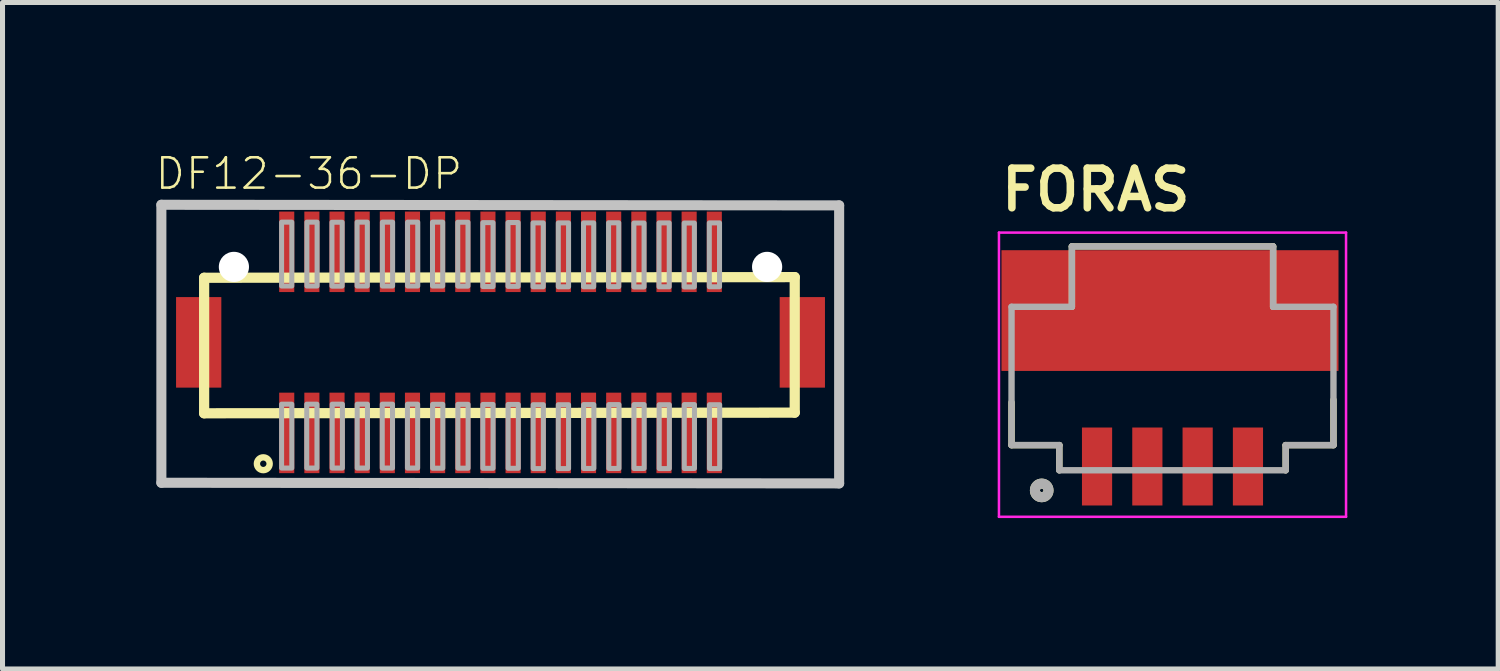
<source format=kicad_pcb>
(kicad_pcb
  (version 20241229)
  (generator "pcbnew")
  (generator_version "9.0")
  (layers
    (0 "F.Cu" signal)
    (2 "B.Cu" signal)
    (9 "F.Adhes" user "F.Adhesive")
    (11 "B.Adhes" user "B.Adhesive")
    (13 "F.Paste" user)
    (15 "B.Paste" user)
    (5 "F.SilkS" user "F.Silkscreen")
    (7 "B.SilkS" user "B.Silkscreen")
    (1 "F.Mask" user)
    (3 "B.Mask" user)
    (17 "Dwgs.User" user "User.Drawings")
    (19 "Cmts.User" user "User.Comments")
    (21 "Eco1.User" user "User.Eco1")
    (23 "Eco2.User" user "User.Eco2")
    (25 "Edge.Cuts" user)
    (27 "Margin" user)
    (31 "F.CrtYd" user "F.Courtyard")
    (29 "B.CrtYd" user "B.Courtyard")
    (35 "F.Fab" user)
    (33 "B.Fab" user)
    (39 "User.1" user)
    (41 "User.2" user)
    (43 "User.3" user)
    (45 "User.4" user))
  (footprint "DF12-36-DP"
    (layer "F.Cu")
    (at 6.9 3.756)
    (property "Reference" "DF12-36-DP" (at -6.9 -3 0) (layer "F.SilkS") (effects (font (size 0.603 0.603) (thickness 0.051)) (justify left bottom)))
    (attr through_hole)
    (fp_poly (pts (xy -6.063 -1.499) (xy -6.037 -1.301) (xy -5.961 -1.118) (xy -5.839 -0.96) (xy -5.682 -0.839) (xy -5.301 -0.737) (xy -5.103 -0.763) (xy -4.92 -0.839) (xy -4.762 -0.96) (xy -4.641 -1.118) (xy -4.565 -1.301) (xy -4.539 -1.499) (xy -4.565 -1.696) (xy -4.641 -1.88) (xy -4.762 -2.037) (xy -4.92 -2.159) (xy -5.103 -2.235) (xy -5.301 -2.261) (xy -5.498 -2.235) (xy -5.682 -2.159) (xy -5.839 -2.037) (xy -5.961 -1.88) (xy -6.037 -1.696)) (stroke (width 0) (type solid)) (fill yes) (layer "F.Mask"))
    (fp_poly (pts (xy 4.539 -1.499) (xy 4.565 -1.301) (xy 4.641 -1.118) (xy 4.762 -0.96) (xy 4.92 -0.839) (xy 5.301 -0.737) (xy 5.498 -0.763) (xy 5.682 -0.839) (xy 5.839 -0.96) (xy 5.961 -1.118) (xy 6.037 -1.301) (xy 6.063 -1.499) (xy 6.037 -1.696) (xy 5.961 -1.88) (xy 5.839 -2.037) (xy 5.682 -2.159) (xy 5.498 -2.235) (xy 5.301 -2.261) (xy 5.103 -2.235) (xy 4.92 -2.159) (xy 4.762 -2.037) (xy 4.641 -1.88) (xy 4.565 -1.696)) (stroke (width 0) (type solid)) (fill yes) (layer "F.Mask"))
    (fp_line (start -5.892 -1.284) (end 5.849 -1.297) (stroke (width 0.203) (type solid)) (layer "F.SilkS"))
    (fp_line (start -5.892 1.41) (end -5.892 -1.284) (stroke (width 0.203) (type solid)) (layer "F.SilkS"))
    (fp_line (start 5.849 -1.297) (end 5.849 1.397) (stroke (width 0.203) (type solid)) (layer "F.SilkS"))
    (fp_line (start 5.849 1.397) (end -5.892 1.41) (stroke (width 0.203) (type solid)) (layer "F.SilkS"))
    (fp_circle (center -4.716 2.413) (end -4.589 2.413) (stroke (width 0.127) (type solid)) (fill no) (layer "F.SilkS"))
    (fp_poly (pts (xy -4.362 -1.207) (xy -4.142 -1.207) (xy -4.142 -2.507) (xy -4.362 -2.507)) (stroke (width 0) (type solid)) (fill yes) (layer "F.Paste"))
    (fp_poly (pts (xy -4.362 2.503) (xy -4.142 2.503) (xy -4.142 1.203) (xy -4.362 1.203)) (stroke (width 0) (type solid)) (fill yes) (layer "F.Paste"))
    (fp_poly (pts (xy -3.862 -1.207) (xy -3.642 -1.207) (xy -3.642 -2.507) (xy -3.862 -2.507)) (stroke (width 0) (type solid)) (fill yes) (layer "F.Paste"))
    (fp_poly (pts (xy -3.862 2.503) (xy -3.642 2.503) (xy -3.642 1.203) (xy -3.862 1.203)) (stroke (width 0) (type solid)) (fill yes) (layer "F.Paste"))
    (fp_poly (pts (xy -3.362 -1.207) (xy -3.142 -1.207) (xy -3.142 -2.507) (xy -3.362 -2.507)) (stroke (width 0) (type solid)) (fill yes) (layer "F.Paste"))
    (fp_poly (pts (xy -3.362 2.503) (xy -3.142 2.503) (xy -3.142 1.203) (xy -3.362 1.203)) (stroke (width 0) (type solid)) (fill yes) (layer "F.Paste"))
    (fp_poly (pts (xy -2.862 -1.207) (xy -2.642 -1.207) (xy -2.642 -2.507) (xy -2.862 -2.507)) (stroke (width 0) (type solid)) (fill yes) (layer "F.Paste"))
    (fp_poly (pts (xy -2.862 2.503) (xy -2.642 2.503) (xy -2.642 1.203) (xy -2.862 1.203)) (stroke (width 0) (type solid)) (fill yes) (layer "F.Paste"))
    (fp_poly (pts (xy -2.362 -1.207) (xy -2.142 -1.207) (xy -2.142 -2.507) (xy -2.362 -2.507)) (stroke (width 0) (type solid)) (fill yes) (layer "F.Paste"))
    (fp_poly (pts (xy -2.362 2.503) (xy -2.142 2.503) (xy -2.142 1.203) (xy -2.362 1.203)) (stroke (width 0) (type solid)) (fill yes) (layer "F.Paste"))
    (fp_poly (pts (xy -1.862 -1.207) (xy -1.642 -1.207) (xy -1.642 -2.507) (xy -1.862 -2.507)) (stroke (width 0) (type solid)) (fill yes) (layer "F.Paste"))
    (fp_poly (pts (xy -1.862 2.503) (xy -1.642 2.503) (xy -1.642 1.203) (xy -1.862 1.203)) (stroke (width 0) (type solid)) (fill yes) (layer "F.Paste"))
    (fp_poly (pts (xy -1.362 -1.207) (xy -1.142 -1.207) (xy -1.142 -2.507) (xy -1.362 -2.507)) (stroke (width 0) (type solid)) (fill yes) (layer "F.Paste"))
    (fp_poly (pts (xy -1.362 2.503) (xy -1.142 2.503) (xy -1.142 1.203) (xy -1.362 1.203)) (stroke (width 0) (type solid)) (fill yes) (layer "F.Paste"))
    (fp_poly (pts (xy -0.862 -1.207) (xy -0.642 -1.207) (xy -0.642 -2.507) (xy -0.862 -2.507)) (stroke (width 0) (type solid)) (fill yes) (layer "F.Paste"))
    (fp_poly (pts (xy -0.862 2.503) (xy -0.642 2.503) (xy -0.642 1.203) (xy -0.862 1.203)) (stroke (width 0) (type solid)) (fill yes) (layer "F.Paste"))
    (fp_poly (pts (xy -0.362 -1.207) (xy -0.142 -1.207) (xy -0.142 -2.507) (xy -0.362 -2.507)) (stroke (width 0) (type solid)) (fill yes) (layer "F.Paste"))
    (fp_poly (pts (xy -0.362 2.503) (xy -0.142 2.503) (xy -0.142 1.203) (xy -0.362 1.203)) (stroke (width 0) (type solid)) (fill yes) (layer "F.Paste"))
    (fp_poly (pts (xy 0.138 -1.207) (xy 0.358 -1.207) (xy 0.358 -2.507) (xy 0.138 -2.507)) (stroke (width 0) (type solid)) (fill yes) (layer "F.Paste"))
    (fp_poly (pts (xy 0.148 2.503) (xy 0.368 2.503) (xy 0.368 1.203) (xy 0.148 1.203)) (stroke (width 0) (type solid)) (fill yes) (layer "F.Paste"))
    (fp_poly (pts (xy 0.638 -1.207) (xy 0.858 -1.207) (xy 0.858 -2.507) (xy 0.638 -2.507)) (stroke (width 0) (type solid)) (fill yes) (layer "F.Paste"))
    (fp_poly (pts (xy 0.638 2.503) (xy 0.858 2.503) (xy 0.858 1.203) (xy 0.638 1.203)) (stroke (width 0) (type solid)) (fill yes) (layer "F.Paste"))
    (fp_poly (pts (xy 1.138 -1.207) (xy 1.358 -1.207) (xy 1.358 -2.507) (xy 1.138 -2.507)) (stroke (width 0) (type solid)) (fill yes) (layer "F.Paste"))
    (fp_poly (pts (xy 1.138 2.503) (xy 1.358 2.503) (xy 1.358 1.203) (xy 1.138 1.203)) (stroke (width 0) (type solid)) (fill yes) (layer "F.Paste"))
    (fp_poly (pts (xy 1.638 -1.207) (xy 1.858 -1.207) (xy 1.858 -2.507) (xy 1.638 -2.507)) (stroke (width 0) (type solid)) (fill yes) (layer "F.Paste"))
    (fp_poly (pts (xy 1.638 2.503) (xy 1.858 2.503) (xy 1.858 1.203) (xy 1.638 1.203)) (stroke (width 0) (type solid)) (fill yes) (layer "F.Paste"))
    (fp_poly (pts (xy 2.138 -1.207) (xy 2.358 -1.207) (xy 2.358 -2.507) (xy 2.138 -2.507)) (stroke (width 0) (type solid)) (fill yes) (layer "F.Paste"))
    (fp_poly (pts (xy 2.138 2.503) (xy 2.358 2.503) (xy 2.358 1.203) (xy 2.138 1.203)) (stroke (width 0) (type solid)) (fill yes) (layer "F.Paste"))
    (fp_poly (pts (xy 2.638 2.503) (xy 2.858 2.503) (xy 2.858 1.203) (xy 2.638 1.203)) (stroke (width 0) (type solid)) (fill yes) (layer "F.Paste"))
    (fp_poly (pts (xy 2.648 -1.207) (xy 2.868 -1.207) (xy 2.868 -2.507) (xy 2.648 -2.507)) (stroke (width 0) (type solid)) (fill yes) (layer "F.Paste"))
    (fp_poly (pts (xy 3.138 -1.207) (xy 3.358 -1.207) (xy 3.358 -2.507) (xy 3.138 -2.507)) (stroke (width 0) (type solid)) (fill yes) (layer "F.Paste"))
    (fp_poly (pts (xy 3.138 2.503) (xy 3.358 2.503) (xy 3.358 1.203) (xy 3.138 1.203)) (stroke (width 0) (type solid)) (fill yes) (layer "F.Paste"))
    (fp_poly (pts (xy 3.638 2.503) (xy 3.858 2.503) (xy 3.858 1.203) (xy 3.638 1.203)) (stroke (width 0) (type solid)) (fill yes) (layer "F.Paste"))
    (fp_poly (pts (xy 3.648 -1.207) (xy 3.868 -1.207) (xy 3.868 -2.507) (xy 3.648 -2.507)) (stroke (width 0) (type solid)) (fill yes) (layer "F.Paste"))
    (fp_poly (pts (xy 4.138 -1.207) (xy 4.358 -1.207) (xy 4.358 -2.507) (xy 4.138 -2.507)) (stroke (width 0) (type solid)) (fill yes) (layer "F.Paste"))
    (fp_poly (pts (xy 4.138 2.503) (xy 4.358 2.503) (xy 4.358 1.203) (xy 4.138 1.203)) (stroke (width 0) (type solid)) (fill yes) (layer "F.Paste"))
    (fp_line (start -6.742 -2.735) (end 6.732 -2.723) (stroke (width 0.2) (type solid)) (layer "Dwgs.User"))
    (fp_line (start -6.742 2.791) (end -6.742 -2.735) (stroke (width 0.2) (type solid)) (layer "Dwgs.User"))
    (fp_line (start 6.732 -2.723) (end 6.732 2.804) (stroke (width 0.2) (type solid)) (layer "Dwgs.User"))
    (fp_line (start 6.732 2.804) (end -6.742 2.791) (stroke (width 0.2) (type solid)) (layer "Dwgs.User"))
    (fp_poly (pts (xy -4.149 -1.12) (xy -4.149 -2.39) (xy -4.352 -2.39) (xy -4.352 -1.12)) (stroke (width 0.1) (type solid)) (fill no) (layer "F.Fab"))
    (fp_poly (pts (xy -4.149 2.499) (xy -4.149 1.229) (xy -4.352 1.229) (xy -4.352 2.499)) (stroke (width 0.1) (type solid)) (fill no) (layer "F.Fab"))
    (fp_poly (pts (xy -3.649 2.499) (xy -3.649 1.229) (xy -3.852 1.229) (xy -3.852 2.499)) (stroke (width 0.1) (type solid)) (fill no) (layer "F.Fab"))
    (fp_poly (pts (xy -3.646 -1.12) (xy -3.646 -2.39) (xy -3.849 -2.39) (xy -3.849 -1.12)) (stroke (width 0.1) (type solid)) (fill no) (layer "F.Fab"))
    (fp_poly (pts (xy -3.148 -1.118) (xy -3.148 -2.388) (xy -3.351 -2.388) (xy -3.351 -1.118)) (stroke (width 0.1) (type solid)) (fill no) (layer "F.Fab"))
    (fp_poly (pts (xy -3.143 2.499) (xy -3.143 1.229) (xy -3.346 1.229) (xy -3.346 2.499)) (stroke (width 0.1) (type solid)) (fill no) (layer "F.Fab"))
    (fp_poly (pts (xy -2.648 -1.12) (xy -2.648 -2.39) (xy -2.851 -2.39) (xy -2.851 -1.12)) (stroke (width 0.1) (type solid)) (fill no) (layer "F.Fab"))
    (fp_poly (pts (xy -2.645 2.499) (xy -2.645 1.229) (xy -2.849 1.229) (xy -2.849 2.499)) (stroke (width 0.1) (type solid)) (fill no) (layer "F.Fab"))
    (fp_poly (pts (xy -2.147 2.499) (xy -2.147 1.229) (xy -2.351 1.229) (xy -2.351 2.499)) (stroke (width 0.1) (type solid)) (fill no) (layer "F.Fab"))
    (fp_poly (pts (xy -2.145 -1.12) (xy -2.145 -2.39) (xy -2.348 -2.39) (xy -2.348 -1.12)) (stroke (width 0.1) (type solid)) (fill no) (layer "F.Fab"))
    (fp_poly (pts (xy -1.647 2.499) (xy -1.647 1.229) (xy -1.85 1.229) (xy -1.85 2.499)) (stroke (width 0.1) (type solid)) (fill no) (layer "F.Fab"))
    (fp_poly (pts (xy -1.645 -1.12) (xy -1.645 -2.39) (xy -1.848 -2.39) (xy -1.848 -1.12)) (stroke (width 0.1) (type solid)) (fill no) (layer "F.Fab"))
    (fp_poly (pts (xy -1.149 -1.12) (xy -1.149 -2.39) (xy -1.352 -2.39) (xy -1.352 -1.12)) (stroke (width 0.1) (type solid)) (fill no) (layer "F.Fab"))
    (fp_poly (pts (xy -1.147 2.502) (xy -1.147 1.232) (xy -1.35 1.232) (xy -1.35 2.502)) (stroke (width 0.1) (type solid)) (fill no) (layer "F.Fab"))
    (fp_poly (pts (xy -0.646 -1.118) (xy -0.646 -2.388) (xy -0.85 -2.388) (xy -0.85 -1.118)) (stroke (width 0.1) (type solid)) (fill no) (layer "F.Fab"))
    (fp_poly (pts (xy -0.644 2.502) (xy -0.644 1.232) (xy -0.847 1.232) (xy -0.847 2.502)) (stroke (width 0.1) (type solid)) (fill no) (layer "F.Fab"))
    (fp_poly (pts (xy -0.148 -1.11) (xy -0.148 -2.38) (xy -0.352 -2.38) (xy -0.352 -1.11)) (stroke (width 0.1) (type solid)) (fill no) (layer "F.Fab"))
    (fp_poly (pts (xy -0.148 2.504) (xy -0.148 1.234) (xy -0.352 1.234) (xy -0.352 2.504)) (stroke (width 0.1) (type solid)) (fill no) (layer "F.Fab"))
    (fp_poly (pts (xy 0.352 -1.113) (xy 0.352 -2.382) (xy 0.149 -2.382) (xy 0.149 -1.113)) (stroke (width 0.1) (type solid)) (fill no) (layer "F.Fab"))
    (fp_poly (pts (xy 0.354 2.504) (xy 0.354 1.234) (xy 0.151 1.234) (xy 0.151 2.504)) (stroke (width 0.1) (type solid)) (fill no) (layer "F.Fab"))
    (fp_poly (pts (xy 0.85 -1.105) (xy 0.85 -2.375) (xy 0.646 -2.375) (xy 0.646 -1.105)) (stroke (width 0.1) (type solid)) (fill no) (layer "F.Fab"))
    (fp_poly (pts (xy 0.852 2.509) (xy 0.852 1.239) (xy 0.649 1.239) (xy 0.649 2.509)) (stroke (width 0.1) (type solid)) (fill no) (layer "F.Fab"))
    (fp_poly (pts (xy 1.353 -1.105) (xy 1.353 -2.375) (xy 1.149 -2.375) (xy 1.149 -1.105)) (stroke (width 0.1) (type solid)) (fill no) (layer "F.Fab"))
    (fp_poly (pts (xy 1.353 2.509) (xy 1.353 1.239) (xy 1.149 1.239) (xy 1.149 2.509)) (stroke (width 0.1) (type solid)) (fill no) (layer "F.Fab"))
    (fp_poly (pts (xy 1.853 -1.105) (xy 1.853 -2.375) (xy 1.65 -2.375) (xy 1.65 -1.105)) (stroke (width 0.1) (type solid)) (fill no) (layer "F.Fab"))
    (fp_poly (pts (xy 1.856 2.507) (xy 1.856 1.237) (xy 1.652 1.237) (xy 1.652 2.507)) (stroke (width 0.1) (type solid)) (fill no) (layer "F.Fab"))
    (fp_poly (pts (xy 2.351 -1.107) (xy 2.351 -2.377) (xy 2.148 -2.377) (xy 2.148 -1.107)) (stroke (width 0.1) (type solid)) (fill no) (layer "F.Fab"))
    (fp_poly (pts (xy 2.356 2.507) (xy 2.356 1.237) (xy 2.153 1.237) (xy 2.153 2.507)) (stroke (width 0.1) (type solid)) (fill no) (layer "F.Fab"))
    (fp_poly (pts (xy 2.854 -1.102) (xy 2.854 -2.372) (xy 2.651 -2.372) (xy 2.651 -1.102)) (stroke (width 0.1) (type solid)) (fill no) (layer "F.Fab"))
    (fp_poly (pts (xy 2.856 2.507) (xy 2.856 1.237) (xy 2.653 1.237) (xy 2.653 2.507)) (stroke (width 0.1) (type solid)) (fill no) (layer "F.Fab"))
    (fp_poly (pts (xy 3.354 -1.105) (xy 3.354 -2.375) (xy 3.151 -2.375) (xy 3.151 -1.105)) (stroke (width 0.1) (type solid)) (fill no) (layer "F.Fab"))
    (fp_poly (pts (xy 3.357 2.509) (xy 3.357 1.239) (xy 3.154 1.239) (xy 3.154 2.509)) (stroke (width 0.1) (type solid)) (fill no) (layer "F.Fab"))
    (fp_poly (pts (xy 3.854 -1.102) (xy 3.854 -2.372) (xy 3.651 -2.372) (xy 3.651 -1.102)) (stroke (width 0.1) (type solid)) (fill no) (layer "F.Fab"))
    (fp_poly (pts (xy 3.856 2.507) (xy 3.856 1.237) (xy 3.653 1.237) (xy 3.653 2.507)) (stroke (width 0.1) (type solid)) (fill no) (layer "F.Fab"))
    (fp_poly (pts (xy 4.354 -1.105) (xy 4.354 -2.375) (xy 4.151 -2.375) (xy 4.151 -1.105)) (stroke (width 0.1) (type solid)) (fill no) (layer "F.Fab"))
    (fp_poly (pts (xy 4.357 2.509) (xy 4.357 1.239) (xy 4.154 1.239) (xy 4.154 2.509)) (stroke (width 0.1) (type solid)) (fill no) (layer "F.Fab"))
    (pad "" np_thru_hole circle (at -5.3 -1.5) (size 0.6 0.6) (drill 0.6) (layers "*.Cu" "*.Mask"))
    (pad "" np_thru_hole circle (at 5.3 -1.5) (size 0.6 0.6) (drill 0.6) (layers "*.Cu" "*.Mask"))
    (pad "1" smd rect (at -4.25 1.8) (size 0.3 1.6) (layers "F.Cu" "F.Mask"))
    (pad "2" smd rect (at -4.25 -1.8) (size 0.3 1.6) (layers "F.Cu" "F.Mask"))
    (pad "3" smd rect (at -3.75 1.8) (size 0.3 1.6) (layers "F.Cu" "F.Mask"))
    (pad "4" smd rect (at -3.75 -1.8) (size 0.3 1.6) (layers "F.Cu" "F.Mask"))
    (pad "5" smd rect (at -3.25 1.8) (size 0.3 1.6) (layers "F.Cu" "F.Mask"))
    (pad "6" smd rect (at -3.25 -1.8) (size 0.3 1.6) (layers "F.Cu" "F.Mask"))
    (pad "7" smd rect (at -2.75 1.8) (size 0.3 1.6) (layers "F.Cu" "F.Mask"))
    (pad "8" smd rect (at -2.75 -1.8) (size 0.3 1.6) (layers "F.Cu" "F.Mask"))
    (pad "9" smd rect (at -2.25 1.8) (size 0.3 1.6) (layers "F.Cu" "F.Mask"))
    (pad "10" smd rect (at -2.25 -1.8) (size 0.3 1.6) (layers "F.Cu" "F.Mask"))
    (pad "11" smd rect (at -1.75 1.8) (size 0.3 1.6) (layers "F.Cu" "F.Mask"))
    (pad "12" smd rect (at -1.75 -1.8) (size 0.3 1.6) (layers "F.Cu" "F.Mask"))
    (pad "13" smd rect (at -1.25 1.8) (size 0.3 1.6) (layers "F.Cu" "F.Mask"))
    (pad "14" smd rect (at -1.25 -1.8) (size 0.3 1.6) (layers "F.Cu" "F.Mask"))
    (pad "15" smd rect (at -0.75 1.8) (size 0.3 1.6) (layers "F.Cu" "F.Mask"))
    (pad "16" smd rect (at -0.75 -1.8) (size 0.3 1.6) (layers "F.Cu" "F.Mask"))
    (pad "17" smd rect (at -0.25 1.8) (size 0.3 1.6) (layers "F.Cu" "F.Mask"))
    (pad "18" smd rect (at -0.25 -1.8) (size 0.3 1.6) (layers "F.Cu" "F.Mask"))
    (pad "19" smd rect (at 0.25 1.8) (size 0.3 1.6) (layers "F.Cu" "F.Mask"))
    (pad "20" smd rect (at 0.25 -1.8) (size 0.3 1.6) (layers "F.Cu" "F.Mask"))
    (pad "21" smd rect (at 0.75 1.8) (size 0.3 1.6) (layers "F.Cu" "F.Mask"))
    (pad "22" smd rect (at 0.75 -1.8) (size 0.3 1.6) (layers "F.Cu" "F.Mask"))
    (pad "23" smd rect (at 1.25 1.8) (size 0.3 1.6) (layers "F.Cu" "F.Mask"))
    (pad "24" smd rect (at 1.25 -1.8) (size 0.3 1.6) (layers "F.Cu" "F.Mask"))
    (pad "25" smd rect (at 1.75 1.8) (size 0.3 1.6) (layers "F.Cu" "F.Mask"))
    (pad "26" smd rect (at 1.75 -1.8) (size 0.3 1.6) (layers "F.Cu" "F.Mask"))
    (pad "27" smd rect (at 2.25 1.8) (size 0.3 1.6) (layers "F.Cu" "F.Mask"))
    (pad "28" smd rect (at 2.25 -1.8) (size 0.3 1.6) (layers "F.Cu" "F.Mask"))
    (pad "29" smd rect (at 2.75 1.8) (size 0.3 1.6) (layers "F.Cu" "F.Mask"))
    (pad "30" smd rect (at 2.75 -1.8) (size 0.3 1.6) (layers "F.Cu" "F.Mask"))
    (pad "31" smd rect (at 3.25 1.8) (size 0.3 1.6) (layers "F.Cu" "F.Mask"))
    (pad "32" smd rect (at 3.25 -1.8) (size 0.3 1.6) (layers "F.Cu" "F.Mask"))
    (pad "33" smd rect (at 3.75 1.8) (size 0.3 1.6) (layers "F.Cu" "F.Mask"))
    (pad "34" smd rect (at 3.75 -1.8) (size 0.3 1.6) (layers "F.Cu" "F.Mask"))
    (pad "35" smd rect (at 4.25 1.8) (size 0.3 1.6) (layers "F.Cu" "F.Mask"))
    (pad "36" smd rect (at 4.25 -1.8) (size 0.3 1.6) (layers "F.Cu" "F.Mask"))
    (pad "F1" smd rect (at -6 0) (size 0.9 1.8) (layers "F.Cu" "F.Mask" "F.Paste"))
    (pad "F2" smd rect (at 6 0) (size 0.9 1.8) (layers "F.Cu" "F.Mask" "F.Paste")))
  (footprint "FORAS"
    (layer "F.Cu")
    (at 20.259 6.224)
    (property "Reference" "FORAS" (at -1.525 -5.5 0) (layer "F.SilkS") (effects (font (size 0.787 0.787) (thickness 0.15))))
    (attr through_hole)
    (fp_line (start -3.2 -1.275) (end -3.2 -0.425) (stroke (width 0.127) (type solid)) (layer "F.SilkS"))
    (fp_line (start -3.2 -0.425) (end -2.25 -0.425) (stroke (width 0.127) (type solid)) (layer "F.SilkS"))
    (fp_line (start -2.25 -0.425) (end -2.25 0.075) (stroke (width 0.127) (type solid)) (layer "F.SilkS"))
    (fp_line (start -2 -4.375) (end 2 -4.375) (stroke (width 0.127) (type solid)) (layer "F.SilkS"))
    (fp_line (start -2 -3.175) (end -2 -4.375) (stroke (width 0.127) (type solid)) (layer "F.SilkS"))
    (fp_line (start 2 -4.375) (end 2 -3.175) (stroke (width 0.127) (type solid)) (layer "F.SilkS"))
    (fp_line (start 2.25 -0.425) (end 2.25 0.075) (stroke (width 0.127) (type solid)) (layer "F.SilkS"))
    (fp_line (start 3.2 -1.325) (end 3.2 -0.425) (stroke (width 0.127) (type solid)) (layer "F.SilkS"))
    (fp_line (start 3.2 -0.425) (end 2.25 -0.425) (stroke (width 0.127) (type solid)) (layer "F.SilkS"))
    (fp_circle (center -2.6 0.475) (end -2.465 0.475) (stroke (width 0.2) (type solid)) (fill no) (layer "F.SilkS"))
    (fp_line (start -3.45 -4.65) (end 3.45 -4.65) (stroke (width 0.05) (type solid)) (layer "F.CrtYd"))
    (fp_line (start -3.45 1) (end -3.45 -4.65) (stroke (width 0.05) (type solid)) (layer "F.CrtYd"))
    (fp_line (start 3.45 -4.65) (end 3.45 1) (stroke (width 0.05) (type solid)) (layer "F.CrtYd"))
    (fp_line (start 3.45 1) (end -3.45 1) (stroke (width 0.05) (type solid)) (layer "F.CrtYd"))
    (fp_line (start -3.2 -3.175) (end -2 -3.175) (stroke (width 0.127) (type solid)) (layer "F.Fab"))
    (fp_line (start -3.2 -0.425) (end -3.2 -3.175) (stroke (width 0.127) (type solid)) (layer "F.Fab"))
    (fp_line (start -2.25 -0.425) (end -3.2 -0.425) (stroke (width 0.127) (type solid)) (layer "F.Fab"))
    (fp_line (start -2.25 0.075) (end -2.25 -0.425) (stroke (width 0.127) (type solid)) (layer "F.Fab"))
    (fp_line (start -2 -4.375) (end 2 -4.375) (stroke (width 0.127) (type solid)) (layer "F.Fab"))
    (fp_line (start -2 -3.175) (end -2 -4.375) (stroke (width 0.127) (type solid)) (layer "F.Fab"))
    (fp_line (start 2 -4.375) (end 2 -3.175) (stroke (width 0.127) (type solid)) (layer "F.Fab"))
    (fp_line (start 2 -3.175) (end 3.2 -3.175) (stroke (width 0.127) (type solid)) (layer "F.Fab"))
    (fp_line (start 2.25 -0.425) (end 2.25 0.075) (stroke (width 0.127) (type solid)) (layer "F.Fab"))
    (fp_line (start 2.25 0.075) (end -2.25 0.075) (stroke (width 0.127) (type solid)) (layer "F.Fab"))
    (fp_line (start 3.2 -3.175) (end 3.2 -0.425) (stroke (width 0.127) (type solid)) (layer "F.Fab"))
    (fp_line (start 3.2 -0.425) (end 2.25 -0.425) (stroke (width 0.127) (type solid)) (layer "F.Fab"))
    (fp_circle (center -2.6 0.475) (end -2.465 0.475) (stroke (width 0.2) (type solid)) (fill no) (layer "F.Fab"))
    (pad "1" smd rect (at -1.5 0) (size 0.6 1.55) (layers "F.Cu" "F.Mask" "F.Paste"))
    (pad "2" smd rect (at -0.5 0) (size 0.6 1.55) (layers "F.Cu" "F.Mask" "F.Paste"))
    (pad "3" smd rect (at 0.5 0) (size 0.6 1.55) (layers "F.Cu" "F.Mask" "F.Paste"))
    (pad "4" smd rect (at 1.5 0) (size 0.6 1.55) (layers "F.Cu" "F.Mask" "F.Paste"))
    (pad "G1" smd rect (at -0.05 -3.1) (size 6.7 2.4) (layers "F.Cu" "F.Mask" "F.Paste")))
  (gr_rect
    (start -3 -3)
    (end 26.734 10.249)
    (stroke (width 0.1) (type default))
    (fill no)
    (layer "Edge.Cuts")))
</source>
